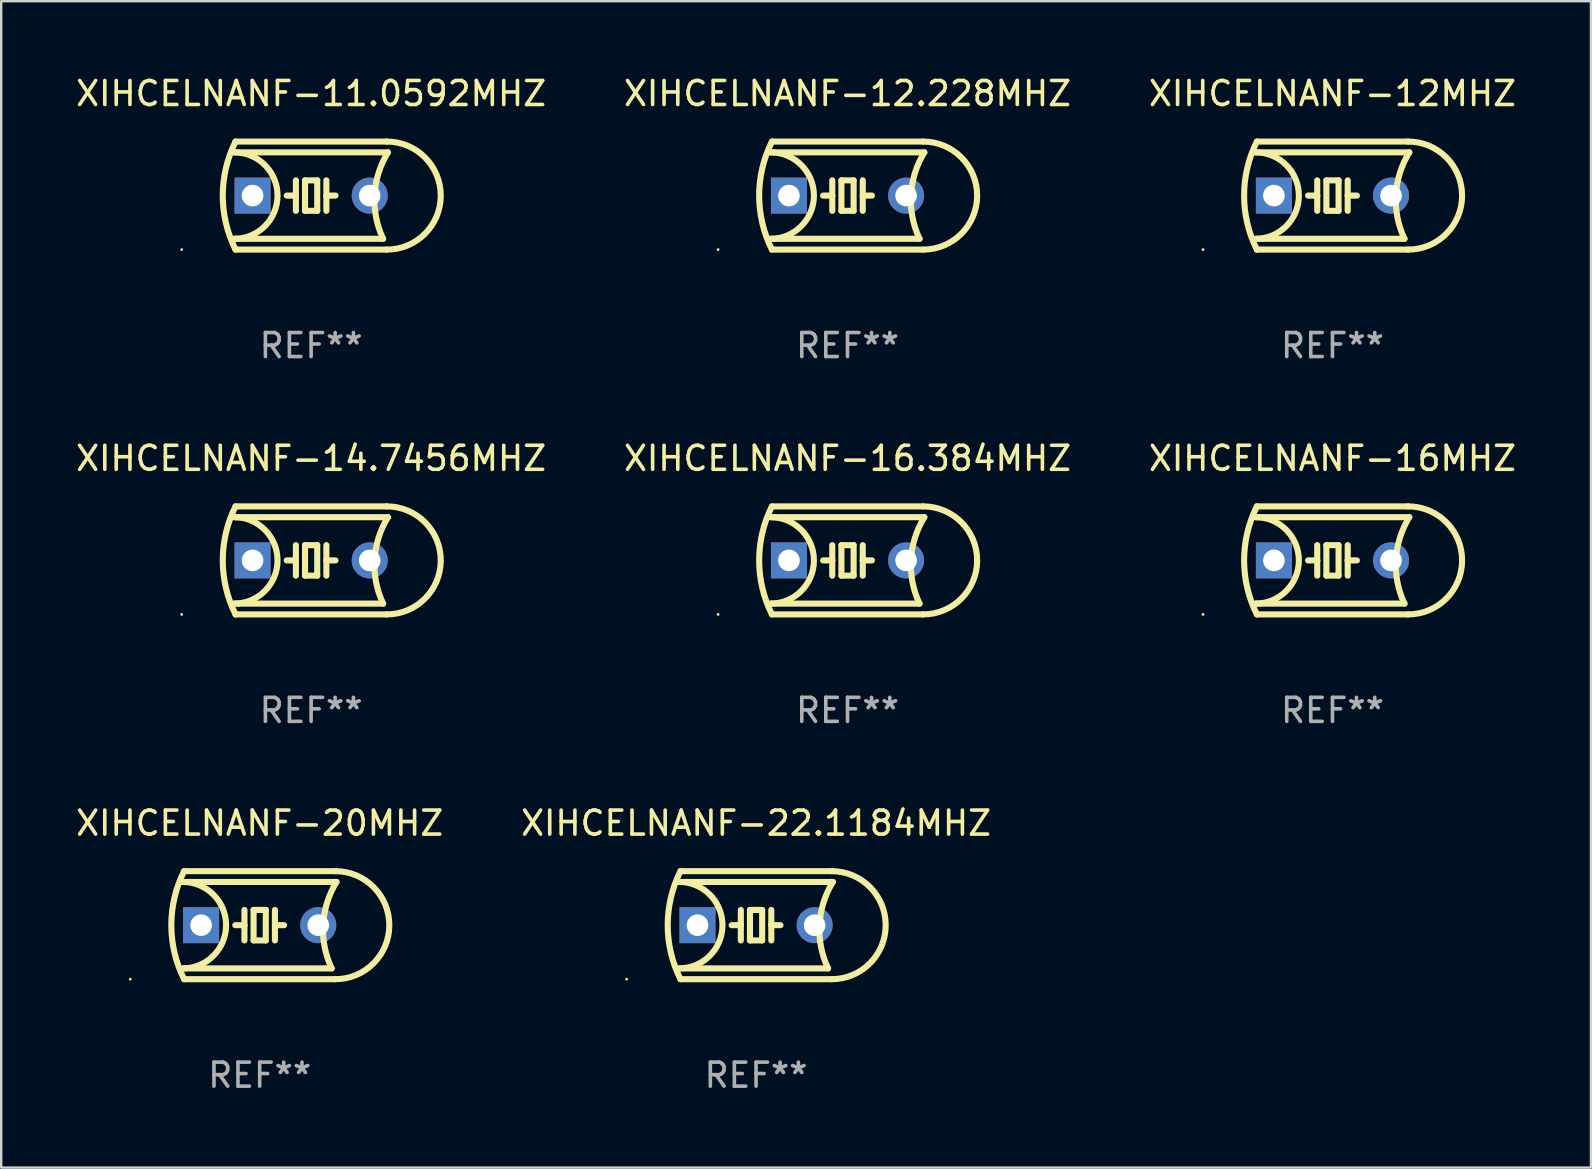
<source format=kicad_pcb>
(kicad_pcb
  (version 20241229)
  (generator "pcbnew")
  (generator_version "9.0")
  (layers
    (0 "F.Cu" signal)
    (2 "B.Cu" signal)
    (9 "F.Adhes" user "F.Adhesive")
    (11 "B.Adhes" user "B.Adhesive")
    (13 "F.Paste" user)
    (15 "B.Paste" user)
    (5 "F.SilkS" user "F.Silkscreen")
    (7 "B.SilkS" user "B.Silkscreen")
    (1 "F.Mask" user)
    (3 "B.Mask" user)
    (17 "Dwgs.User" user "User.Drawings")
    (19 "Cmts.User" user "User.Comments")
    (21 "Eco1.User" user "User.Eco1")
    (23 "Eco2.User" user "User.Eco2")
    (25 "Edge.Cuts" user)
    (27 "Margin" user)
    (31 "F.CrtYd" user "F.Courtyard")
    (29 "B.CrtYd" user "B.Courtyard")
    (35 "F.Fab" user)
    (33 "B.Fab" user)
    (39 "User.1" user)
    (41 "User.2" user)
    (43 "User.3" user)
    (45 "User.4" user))
  (footprint "XIHCELNANF-16.384MHZ"
    (layer "F.Cu")
    (at 32.256 20.295)
    (property "Reference" "XIHCELNANF-16.384MHZ" (at 0 -4.25 0) (layer "F.SilkS") (effects (font (size 1 1) (thickness 0.15))))
    (attr through_hole)
    (fp_line (start -3.2 -1.8) (end 3.2 -1.8) (stroke (width 0.254) (type solid)) (layer "F.SilkS"))
    (fp_line (start -3.15 2.25) (end 3.15 2.25) (stroke (width 0.254) (type solid)) (layer "F.SilkS"))
    (fp_line (start -0.635 -0.635) (end -0.635 0) (stroke (width 0.254) (type solid)) (layer "F.SilkS"))
    (fp_line (start -0.635 0) (end -1.016 0) (stroke (width 0.254) (type solid)) (layer "F.SilkS"))
    (fp_line (start -0.635 0) (end -0.635 0.635) (stroke (width 0.254) (type solid)) (layer "F.SilkS"))
    (fp_line (start -0.254 -0.635) (end -0.254 0.635) (stroke (width 0.254) (type solid)) (layer "F.SilkS"))
    (fp_line (start -0.254 0.635) (end 0.254 0.635) (stroke (width 0.254) (type solid)) (layer "F.SilkS"))
    (fp_line (start 0.254 -0.635) (end -0.254 -0.635) (stroke (width 0.254) (type solid)) (layer "F.SilkS"))
    (fp_line (start 0.254 0.635) (end 0.254 -0.635) (stroke (width 0.254) (type solid)) (layer "F.SilkS"))
    (fp_line (start 0.635 -0.635) (end 0.635 0) (stroke (width 0.254) (type solid)) (layer "F.SilkS"))
    (fp_line (start 0.635 0) (end 0.635 0.635) (stroke (width 0.254) (type solid)) (layer "F.SilkS"))
    (fp_line (start 0.635 0) (end 1.016 0) (stroke (width 0.254) (type solid)) (layer "F.SilkS"))
    (fp_line (start 3 1.8) (end -3.2 1.8) (stroke (width 0.254) (type solid)) (layer "F.SilkS"))
    (fp_line (start 3.15 -2.25) (end -3.15 -2.25) (stroke (width 0.254) (type solid)) (layer "F.SilkS"))
    (fp_arc (start -3.200406 -1.800864) (mid -1.399974 -0.000635) (end -3.2 1.8) (stroke (width 0.254001) (type solid)) (layer "F.SilkS"))
    (fp_arc (start -3.149606 2.250444) (mid -3.680941 0.000261) (end -3.149987 -2.250013) (stroke (width 0.254001) (type solid)) (layer "F.SilkS"))
    (fp_arc (start 2.999746 1.800863) (mid 2.642982 -0.024977) (end 3.2 -1.8) (stroke (width 0.254001) (type solid)) (layer "F.SilkS"))
    (fp_arc (start 3.149607 -2.250445) (mid 5.399848 -0.000406) (end 3.149987 2.250013) (stroke (width 0.254001) (type solid)) (layer "F.SilkS"))
    (fp_circle (center -5.392 2.25) (end -5.362 2.25) (stroke (width 0.06) (type solid)) (fill no) (layer "F.SilkS"))
    (fp_text user "REF**" (at 0 6.25 0) (layer "F.Fab") (effects (font (size 1 1) (thickness 0.15))))
    (pad "1" thru_hole rect (at -2.44 0) (size 1.5 1.5) (drill 0.9) (layers "*.Cu" "*.Mask"))
    (pad "2" thru_hole circle (at 2.44 0) (size 1.5 1.5) (drill 0.9) (layers "*.Cu" "*.Mask")))
  (footprint "XIHCELNANF-11.0592MHZ"
    (layer "F.Cu")
    (at 9.911 5.098)
    (property "Reference" "XIHCELNANF-11.0592MHZ" (at 0 -4.25 0) (layer "F.SilkS") (effects (font (size 1 1) (thickness 0.15))))
    (attr through_hole)
    (fp_line (start -3.2 -1.8) (end 3.2 -1.8) (stroke (width 0.254) (type solid)) (layer "F.SilkS"))
    (fp_line (start -3.15 2.25) (end 3.15 2.25) (stroke (width 0.254) (type solid)) (layer "F.SilkS"))
    (fp_line (start -0.635 -0.635) (end -0.635 0) (stroke (width 0.254) (type solid)) (layer "F.SilkS"))
    (fp_line (start -0.635 0) (end -1.016 0) (stroke (width 0.254) (type solid)) (layer "F.SilkS"))
    (fp_line (start -0.635 0) (end -0.635 0.635) (stroke (width 0.254) (type solid)) (layer "F.SilkS"))
    (fp_line (start -0.254 -0.635) (end -0.254 0.635) (stroke (width 0.254) (type solid)) (layer "F.SilkS"))
    (fp_line (start -0.254 0.635) (end 0.254 0.635) (stroke (width 0.254) (type solid)) (layer "F.SilkS"))
    (fp_line (start 0.254 -0.635) (end -0.254 -0.635) (stroke (width 0.254) (type solid)) (layer "F.SilkS"))
    (fp_line (start 0.254 0.635) (end 0.254 -0.635) (stroke (width 0.254) (type solid)) (layer "F.SilkS"))
    (fp_line (start 0.635 -0.635) (end 0.635 0) (stroke (width 0.254) (type solid)) (layer "F.SilkS"))
    (fp_line (start 0.635 0) (end 0.635 0.635) (stroke (width 0.254) (type solid)) (layer "F.SilkS"))
    (fp_line (start 0.635 0) (end 1.016 0) (stroke (width 0.254) (type solid)) (layer "F.SilkS"))
    (fp_line (start 3 1.8) (end -3.2 1.8) (stroke (width 0.254) (type solid)) (layer "F.SilkS"))
    (fp_line (start 3.15 -2.25) (end -3.15 -2.25) (stroke (width 0.254) (type solid)) (layer "F.SilkS"))
    (fp_arc (start -3.200406 -1.800864) (mid -1.399974 -0.000635) (end -3.2 1.8) (stroke (width 0.254001) (type solid)) (layer "F.SilkS"))
    (fp_arc (start -3.149606 2.250444) (mid -3.680941 0.000261) (end -3.149987 -2.250013) (stroke (width 0.254001) (type solid)) (layer "F.SilkS"))
    (fp_arc (start 2.999746 1.800863) (mid 2.642982 -0.024977) (end 3.2 -1.8) (stroke (width 0.254001) (type solid)) (layer "F.SilkS"))
    (fp_arc (start 3.149607 -2.250445) (mid 5.399848 -0.000406) (end 3.149987 2.250013) (stroke (width 0.254001) (type solid)) (layer "F.SilkS"))
    (fp_circle (center -5.392 2.25) (end -5.362 2.25) (stroke (width 0.06) (type solid)) (fill no) (layer "F.SilkS"))
    (fp_text user "REF**" (at 0 6.25 0) (layer "F.Fab") (effects (font (size 1 1) (thickness 0.15))))
    (pad "1" thru_hole rect (at -2.44 0) (size 1.5 1.5) (drill 0.9) (layers "*.Cu" "*.Mask"))
    (pad "2" thru_hole circle (at 2.44 0) (size 1.5 1.5) (drill 0.9) (layers "*.Cu" "*.Mask")))
  (footprint "XIHCELNANF-16MHZ"
    (layer "F.Cu")
    (at 52.458 20.295)
    (property "Reference" "XIHCELNANF-16MHZ" (at 0 -4.25 0) (layer "F.SilkS") (effects (font (size 1 1) (thickness 0.15))))
    (attr through_hole)
    (fp_line (start -3.2 -1.8) (end 3.2 -1.8) (stroke (width 0.254) (type solid)) (layer "F.SilkS"))
    (fp_line (start -3.15 2.25) (end 3.15 2.25) (stroke (width 0.254) (type solid)) (layer "F.SilkS"))
    (fp_line (start -0.635 -0.635) (end -0.635 0) (stroke (width 0.254) (type solid)) (layer "F.SilkS"))
    (fp_line (start -0.635 0) (end -1.016 0) (stroke (width 0.254) (type solid)) (layer "F.SilkS"))
    (fp_line (start -0.635 0) (end -0.635 0.635) (stroke (width 0.254) (type solid)) (layer "F.SilkS"))
    (fp_line (start -0.254 -0.635) (end -0.254 0.635) (stroke (width 0.254) (type solid)) (layer "F.SilkS"))
    (fp_line (start -0.254 0.635) (end 0.254 0.635) (stroke (width 0.254) (type solid)) (layer "F.SilkS"))
    (fp_line (start 0.254 -0.635) (end -0.254 -0.635) (stroke (width 0.254) (type solid)) (layer "F.SilkS"))
    (fp_line (start 0.254 0.635) (end 0.254 -0.635) (stroke (width 0.254) (type solid)) (layer "F.SilkS"))
    (fp_line (start 0.635 -0.635) (end 0.635 0) (stroke (width 0.254) (type solid)) (layer "F.SilkS"))
    (fp_line (start 0.635 0) (end 0.635 0.635) (stroke (width 0.254) (type solid)) (layer "F.SilkS"))
    (fp_line (start 0.635 0) (end 1.016 0) (stroke (width 0.254) (type solid)) (layer "F.SilkS"))
    (fp_line (start 3 1.8) (end -3.2 1.8) (stroke (width 0.254) (type solid)) (layer "F.SilkS"))
    (fp_line (start 3.15 -2.25) (end -3.15 -2.25) (stroke (width 0.254) (type solid)) (layer "F.SilkS"))
    (fp_arc (start -3.200406 -1.800864) (mid -1.399974 -0.000635) (end -3.2 1.8) (stroke (width 0.254001) (type solid)) (layer "F.SilkS"))
    (fp_arc (start -3.149606 2.250444) (mid -3.680941 0.000261) (end -3.149987 -2.250013) (stroke (width 0.254001) (type solid)) (layer "F.SilkS"))
    (fp_arc (start 2.999746 1.800863) (mid 2.642982 -0.024977) (end 3.2 -1.8) (stroke (width 0.254001) (type solid)) (layer "F.SilkS"))
    (fp_arc (start 3.149607 -2.250445) (mid 5.399848 -0.000406) (end 3.149987 2.250013) (stroke (width 0.254001) (type solid)) (layer "F.SilkS"))
    (fp_circle (center -5.392 2.25) (end -5.362 2.25) (stroke (width 0.06) (type solid)) (fill no) (layer "F.SilkS"))
    (fp_text user "REF**" (at 0 6.25 0) (layer "F.Fab") (effects (font (size 1 1) (thickness 0.15))))
    (pad "1" thru_hole rect (at -2.44 0) (size 1.5 1.5) (drill 0.9) (layers "*.Cu" "*.Mask"))
    (pad "2" thru_hole circle (at 2.44 0) (size 1.5 1.5) (drill 0.9) (layers "*.Cu" "*.Mask")))
  (footprint "XIHCELNANF-12MHZ"
    (layer "F.Cu")
    (at 52.458 5.098)
    (property "Reference" "XIHCELNANF-12MHZ" (at 0 -4.25 0) (layer "F.SilkS") (effects (font (size 1 1) (thickness 0.15))))
    (attr through_hole)
    (fp_line (start -3.2 -1.8) (end 3.2 -1.8) (stroke (width 0.254) (type solid)) (layer "F.SilkS"))
    (fp_line (start -3.15 2.25) (end 3.15 2.25) (stroke (width 0.254) (type solid)) (layer "F.SilkS"))
    (fp_line (start -0.635 -0.635) (end -0.635 0) (stroke (width 0.254) (type solid)) (layer "F.SilkS"))
    (fp_line (start -0.635 0) (end -1.016 0) (stroke (width 0.254) (type solid)) (layer "F.SilkS"))
    (fp_line (start -0.635 0) (end -0.635 0.635) (stroke (width 0.254) (type solid)) (layer "F.SilkS"))
    (fp_line (start -0.254 -0.635) (end -0.254 0.635) (stroke (width 0.254) (type solid)) (layer "F.SilkS"))
    (fp_line (start -0.254 0.635) (end 0.254 0.635) (stroke (width 0.254) (type solid)) (layer "F.SilkS"))
    (fp_line (start 0.254 -0.635) (end -0.254 -0.635) (stroke (width 0.254) (type solid)) (layer "F.SilkS"))
    (fp_line (start 0.254 0.635) (end 0.254 -0.635) (stroke (width 0.254) (type solid)) (layer "F.SilkS"))
    (fp_line (start 0.635 -0.635) (end 0.635 0) (stroke (width 0.254) (type solid)) (layer "F.SilkS"))
    (fp_line (start 0.635 0) (end 0.635 0.635) (stroke (width 0.254) (type solid)) (layer "F.SilkS"))
    (fp_line (start 0.635 0) (end 1.016 0) (stroke (width 0.254) (type solid)) (layer "F.SilkS"))
    (fp_line (start 3 1.8) (end -3.2 1.8) (stroke (width 0.254) (type solid)) (layer "F.SilkS"))
    (fp_line (start 3.15 -2.25) (end -3.15 -2.25) (stroke (width 0.254) (type solid)) (layer "F.SilkS"))
    (fp_arc (start -3.200406 -1.800864) (mid -1.399974 -0.000635) (end -3.2 1.8) (stroke (width 0.254001) (type solid)) (layer "F.SilkS"))
    (fp_arc (start -3.149606 2.250444) (mid -3.680941 0.000261) (end -3.149987 -2.250013) (stroke (width 0.254001) (type solid)) (layer "F.SilkS"))
    (fp_arc (start 2.999746 1.800863) (mid 2.642982 -0.024977) (end 3.2 -1.8) (stroke (width 0.254001) (type solid)) (layer "F.SilkS"))
    (fp_arc (start 3.149607 -2.250445) (mid 5.399848 -0.000406) (end 3.149987 2.250013) (stroke (width 0.254001) (type solid)) (layer "F.SilkS"))
    (fp_circle (center -5.392 2.25) (end -5.362 2.25) (stroke (width 0.06) (type solid)) (fill no) (layer "F.SilkS"))
    (fp_text user "REF**" (at 0 6.25 0) (layer "F.Fab") (effects (font (size 1 1) (thickness 0.15))))
    (pad "1" thru_hole rect (at -2.44 0) (size 1.5 1.5) (drill 0.9) (layers "*.Cu" "*.Mask"))
    (pad "2" thru_hole circle (at 2.44 0) (size 1.5 1.5) (drill 0.9) (layers "*.Cu" "*.Mask")))
  (footprint "XIHCELNANF-22.1184MHZ"
    (layer "F.Cu")
    (at 28.446 35.491)
    (property "Reference" "XIHCELNANF-22.1184MHZ" (at 0 -4.25 0) (layer "F.SilkS") (effects (font (size 1 1) (thickness 0.15))))
    (attr through_hole)
    (fp_line (start -3.2 -1.8) (end 3.2 -1.8) (stroke (width 0.254) (type solid)) (layer "F.SilkS"))
    (fp_line (start -3.15 2.25) (end 3.15 2.25) (stroke (width 0.254) (type solid)) (layer "F.SilkS"))
    (fp_line (start -0.635 -0.635) (end -0.635 0) (stroke (width 0.254) (type solid)) (layer "F.SilkS"))
    (fp_line (start -0.635 0) (end -1.016 0) (stroke (width 0.254) (type solid)) (layer "F.SilkS"))
    (fp_line (start -0.635 0) (end -0.635 0.635) (stroke (width 0.254) (type solid)) (layer "F.SilkS"))
    (fp_line (start -0.254 -0.635) (end -0.254 0.635) (stroke (width 0.254) (type solid)) (layer "F.SilkS"))
    (fp_line (start -0.254 0.635) (end 0.254 0.635) (stroke (width 0.254) (type solid)) (layer "F.SilkS"))
    (fp_line (start 0.254 -0.635) (end -0.254 -0.635) (stroke (width 0.254) (type solid)) (layer "F.SilkS"))
    (fp_line (start 0.254 0.635) (end 0.254 -0.635) (stroke (width 0.254) (type solid)) (layer "F.SilkS"))
    (fp_line (start 0.635 -0.635) (end 0.635 0) (stroke (width 0.254) (type solid)) (layer "F.SilkS"))
    (fp_line (start 0.635 0) (end 0.635 0.635) (stroke (width 0.254) (type solid)) (layer "F.SilkS"))
    (fp_line (start 0.635 0) (end 1.016 0) (stroke (width 0.254) (type solid)) (layer "F.SilkS"))
    (fp_line (start 3 1.8) (end -3.2 1.8) (stroke (width 0.254) (type solid)) (layer "F.SilkS"))
    (fp_line (start 3.15 -2.25) (end -3.15 -2.25) (stroke (width 0.254) (type solid)) (layer "F.SilkS"))
    (fp_arc (start -3.200406 -1.800864) (mid -1.399974 -0.000635) (end -3.2 1.8) (stroke (width 0.254001) (type solid)) (layer "F.SilkS"))
    (fp_arc (start -3.149606 2.250444) (mid -3.680941 0.000261) (end -3.149987 -2.250013) (stroke (width 0.254001) (type solid)) (layer "F.SilkS"))
    (fp_arc (start 2.999746 1.800863) (mid 2.642982 -0.024977) (end 3.2 -1.8) (stroke (width 0.254001) (type solid)) (layer "F.SilkS"))
    (fp_arc (start 3.149607 -2.250445) (mid 5.399848 -0.000406) (end 3.149987 2.250013) (stroke (width 0.254001) (type solid)) (layer "F.SilkS"))
    (fp_circle (center -5.392 2.25) (end -5.362 2.25) (stroke (width 0.06) (type solid)) (fill no) (layer "F.SilkS"))
    (fp_text user "REF**" (at 0 6.25 0) (layer "F.Fab") (effects (font (size 1 1) (thickness 0.15))))
    (pad "1" thru_hole rect (at -2.44 0) (size 1.5 1.5) (drill 0.9) (layers "*.Cu" "*.Mask"))
    (pad "2" thru_hole circle (at 2.44 0) (size 1.5 1.5) (drill 0.9) (layers "*.Cu" "*.Mask")))
  (footprint "XIHCELNANF-12.228MHZ"
    (layer "F.Cu")
    (at 32.256 5.098)
    (property "Reference" "XIHCELNANF-12.228MHZ" (at 0 -4.25 0) (layer "F.SilkS") (effects (font (size 1 1) (thickness 0.15))))
    (attr through_hole)
    (fp_line (start -3.2 -1.8) (end 3.2 -1.8) (stroke (width 0.254) (type solid)) (layer "F.SilkS"))
    (fp_line (start -3.15 2.25) (end 3.15 2.25) (stroke (width 0.254) (type solid)) (layer "F.SilkS"))
    (fp_line (start -0.635 -0.635) (end -0.635 0) (stroke (width 0.254) (type solid)) (layer "F.SilkS"))
    (fp_line (start -0.635 0) (end -1.016 0) (stroke (width 0.254) (type solid)) (layer "F.SilkS"))
    (fp_line (start -0.635 0) (end -0.635 0.635) (stroke (width 0.254) (type solid)) (layer "F.SilkS"))
    (fp_line (start -0.254 -0.635) (end -0.254 0.635) (stroke (width 0.254) (type solid)) (layer "F.SilkS"))
    (fp_line (start -0.254 0.635) (end 0.254 0.635) (stroke (width 0.254) (type solid)) (layer "F.SilkS"))
    (fp_line (start 0.254 -0.635) (end -0.254 -0.635) (stroke (width 0.254) (type solid)) (layer "F.SilkS"))
    (fp_line (start 0.254 0.635) (end 0.254 -0.635) (stroke (width 0.254) (type solid)) (layer "F.SilkS"))
    (fp_line (start 0.635 -0.635) (end 0.635 0) (stroke (width 0.254) (type solid)) (layer "F.SilkS"))
    (fp_line (start 0.635 0) (end 0.635 0.635) (stroke (width 0.254) (type solid)) (layer "F.SilkS"))
    (fp_line (start 0.635 0) (end 1.016 0) (stroke (width 0.254) (type solid)) (layer "F.SilkS"))
    (fp_line (start 3 1.8) (end -3.2 1.8) (stroke (width 0.254) (type solid)) (layer "F.SilkS"))
    (fp_line (start 3.15 -2.25) (end -3.15 -2.25) (stroke (width 0.254) (type solid)) (layer "F.SilkS"))
    (fp_arc (start -3.200406 -1.800864) (mid -1.399974 -0.000635) (end -3.2 1.8) (stroke (width 0.254001) (type solid)) (layer "F.SilkS"))
    (fp_arc (start -3.149606 2.250444) (mid -3.680941 0.000261) (end -3.149987 -2.250013) (stroke (width 0.254001) (type solid)) (layer "F.SilkS"))
    (fp_arc (start 2.999746 1.800863) (mid 2.642982 -0.024977) (end 3.2 -1.8) (stroke (width 0.254001) (type solid)) (layer "F.SilkS"))
    (fp_arc (start 3.149607 -2.250445) (mid 5.399848 -0.000406) (end 3.149987 2.250013) (stroke (width 0.254001) (type solid)) (layer "F.SilkS"))
    (fp_circle (center -5.392 2.25) (end -5.362 2.25) (stroke (width 0.06) (type solid)) (fill no) (layer "F.SilkS"))
    (fp_text user "REF**" (at 0 6.25 0) (layer "F.Fab") (effects (font (size 1 1) (thickness 0.15))))
    (pad "1" thru_hole rect (at -2.44 0) (size 1.5 1.5) (drill 0.9) (layers "*.Cu" "*.Mask"))
    (pad "2" thru_hole circle (at 2.44 0) (size 1.5 1.5) (drill 0.9) (layers "*.Cu" "*.Mask")))
  (footprint "XIHCELNANF-20MHZ"
    (layer "F.Cu")
    (at 7.768 35.491)
    (property "Reference" "XIHCELNANF-20MHZ" (at 0 -4.25 0) (layer "F.SilkS") (effects (font (size 1 1) (thickness 0.15))))
    (attr through_hole)
    (fp_line (start -3.2 -1.8) (end 3.2 -1.8) (stroke (width 0.254) (type solid)) (layer "F.SilkS"))
    (fp_line (start -3.15 2.25) (end 3.15 2.25) (stroke (width 0.254) (type solid)) (layer "F.SilkS"))
    (fp_line (start -0.635 -0.635) (end -0.635 0) (stroke (width 0.254) (type solid)) (layer "F.SilkS"))
    (fp_line (start -0.635 0) (end -1.016 0) (stroke (width 0.254) (type solid)) (layer "F.SilkS"))
    (fp_line (start -0.635 0) (end -0.635 0.635) (stroke (width 0.254) (type solid)) (layer "F.SilkS"))
    (fp_line (start -0.254 -0.635) (end -0.254 0.635) (stroke (width 0.254) (type solid)) (layer "F.SilkS"))
    (fp_line (start -0.254 0.635) (end 0.254 0.635) (stroke (width 0.254) (type solid)) (layer "F.SilkS"))
    (fp_line (start 0.254 -0.635) (end -0.254 -0.635) (stroke (width 0.254) (type solid)) (layer "F.SilkS"))
    (fp_line (start 0.254 0.635) (end 0.254 -0.635) (stroke (width 0.254) (type solid)) (layer "F.SilkS"))
    (fp_line (start 0.635 -0.635) (end 0.635 0) (stroke (width 0.254) (type solid)) (layer "F.SilkS"))
    (fp_line (start 0.635 0) (end 0.635 0.635) (stroke (width 0.254) (type solid)) (layer "F.SilkS"))
    (fp_line (start 0.635 0) (end 1.016 0) (stroke (width 0.254) (type solid)) (layer "F.SilkS"))
    (fp_line (start 3 1.8) (end -3.2 1.8) (stroke (width 0.254) (type solid)) (layer "F.SilkS"))
    (fp_line (start 3.15 -2.25) (end -3.15 -2.25) (stroke (width 0.254) (type solid)) (layer "F.SilkS"))
    (fp_arc (start -3.200406 -1.800864) (mid -1.399974 -0.000635) (end -3.2 1.8) (stroke (width 0.254001) (type solid)) (layer "F.SilkS"))
    (fp_arc (start -3.149606 2.250444) (mid -3.680941 0.000261) (end -3.149987 -2.250013) (stroke (width 0.254001) (type solid)) (layer "F.SilkS"))
    (fp_arc (start 2.999746 1.800863) (mid 2.642982 -0.024977) (end 3.2 -1.8) (stroke (width 0.254001) (type solid)) (layer "F.SilkS"))
    (fp_arc (start 3.149607 -2.250445) (mid 5.399848 -0.000406) (end 3.149987 2.250013) (stroke (width 0.254001) (type solid)) (layer "F.SilkS"))
    (fp_circle (center -5.392 2.25) (end -5.362 2.25) (stroke (width 0.06) (type solid)) (fill no) (layer "F.SilkS"))
    (fp_text user "REF**" (at 0 6.25 0) (layer "F.Fab") (effects (font (size 1 1) (thickness 0.15))))
    (pad "1" thru_hole rect (at -2.44 0) (size 1.5 1.5) (drill 0.9) (layers "*.Cu" "*.Mask"))
    (pad "2" thru_hole circle (at 2.44 0) (size 1.5 1.5) (drill 0.9) (layers "*.Cu" "*.Mask")))
  (footprint "XIHCELNANF-14.7456MHZ"
    (layer "F.Cu")
    (at 9.911 20.295)
    (property "Reference" "XIHCELNANF-14.7456MHZ" (at 0 -4.25 0) (layer "F.SilkS") (effects (font (size 1 1) (thickness 0.15))))
    (attr through_hole)
    (fp_line (start -3.2 -1.8) (end 3.2 -1.8) (stroke (width 0.254) (type solid)) (layer "F.SilkS"))
    (fp_line (start -3.15 2.25) (end 3.15 2.25) (stroke (width 0.254) (type solid)) (layer "F.SilkS"))
    (fp_line (start -0.635 -0.635) (end -0.635 0) (stroke (width 0.254) (type solid)) (layer "F.SilkS"))
    (fp_line (start -0.635 0) (end -1.016 0) (stroke (width 0.254) (type solid)) (layer "F.SilkS"))
    (fp_line (start -0.635 0) (end -0.635 0.635) (stroke (width 0.254) (type solid)) (layer "F.SilkS"))
    (fp_line (start -0.254 -0.635) (end -0.254 0.635) (stroke (width 0.254) (type solid)) (layer "F.SilkS"))
    (fp_line (start -0.254 0.635) (end 0.254 0.635) (stroke (width 0.254) (type solid)) (layer "F.SilkS"))
    (fp_line (start 0.254 -0.635) (end -0.254 -0.635) (stroke (width 0.254) (type solid)) (layer "F.SilkS"))
    (fp_line (start 0.254 0.635) (end 0.254 -0.635) (stroke (width 0.254) (type solid)) (layer "F.SilkS"))
    (fp_line (start 0.635 -0.635) (end 0.635 0) (stroke (width 0.254) (type solid)) (layer "F.SilkS"))
    (fp_line (start 0.635 0) (end 0.635 0.635) (stroke (width 0.254) (type solid)) (layer "F.SilkS"))
    (fp_line (start 0.635 0) (end 1.016 0) (stroke (width 0.254) (type solid)) (layer "F.SilkS"))
    (fp_line (start 3 1.8) (end -3.2 1.8) (stroke (width 0.254) (type solid)) (layer "F.SilkS"))
    (fp_line (start 3.15 -2.25) (end -3.15 -2.25) (stroke (width 0.254) (type solid)) (layer "F.SilkS"))
    (fp_arc (start -3.200406 -1.800864) (mid -1.399974 -0.000635) (end -3.2 1.8) (stroke (width 0.254001) (type solid)) (layer "F.SilkS"))
    (fp_arc (start -3.149606 2.250444) (mid -3.680941 0.000261) (end -3.149987 -2.250013) (stroke (width 0.254001) (type solid)) (layer "F.SilkS"))
    (fp_arc (start 2.999746 1.800863) (mid 2.642982 -0.024977) (end 3.2 -1.8) (stroke (width 0.254001) (type solid)) (layer "F.SilkS"))
    (fp_arc (start 3.149607 -2.250445) (mid 5.399848 -0.000406) (end 3.149987 2.250013) (stroke (width 0.254001) (type solid)) (layer "F.SilkS"))
    (fp_circle (center -5.392 2.25) (end -5.362 2.25) (stroke (width 0.06) (type solid)) (fill no) (layer "F.SilkS"))
    (fp_text user "REF**" (at 0 6.25 0) (layer "F.Fab") (effects (font (size 1 1) (thickness 0.15))))
    (pad "1" thru_hole rect (at -2.44 0) (size 1.5 1.5) (drill 0.9) (layers "*.Cu" "*.Mask"))
    (pad "2" thru_hole circle (at 2.44 0) (size 1.5 1.5) (drill 0.9) (layers "*.Cu" "*.Mask")))
  (gr_rect
    (start -3 -3)
    (end 63.226 45.59)
    (stroke (width 0.1) (type default))
    (fill no)
    (layer "Edge.Cuts")))
</source>
